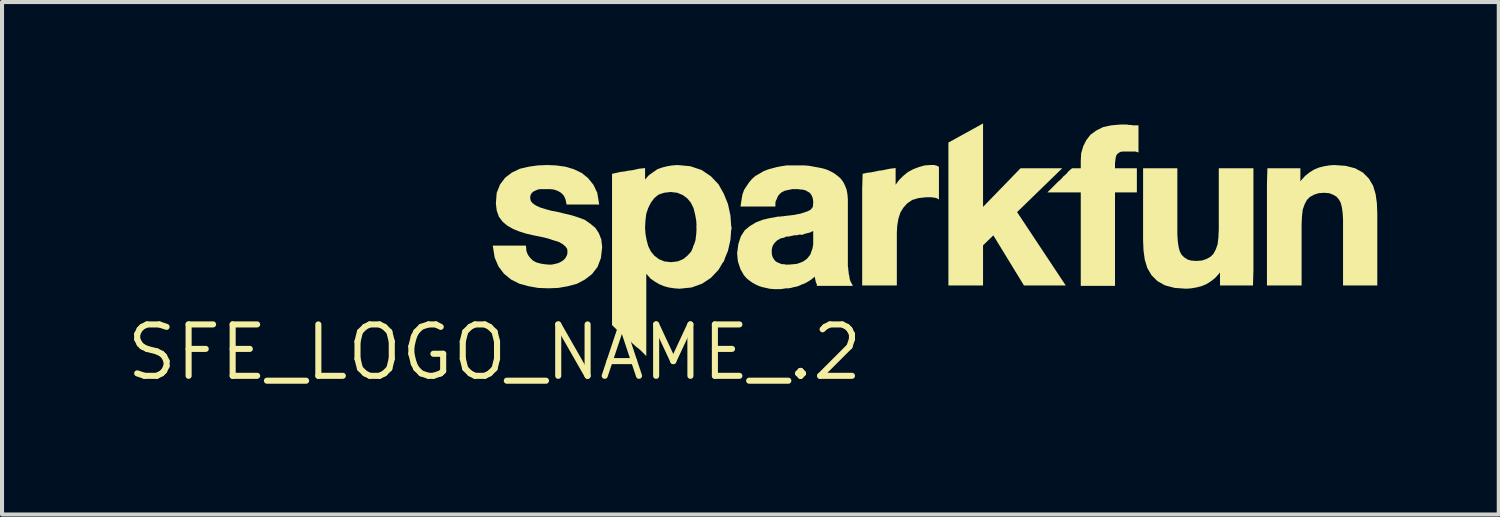
<source format=kicad_pcb>
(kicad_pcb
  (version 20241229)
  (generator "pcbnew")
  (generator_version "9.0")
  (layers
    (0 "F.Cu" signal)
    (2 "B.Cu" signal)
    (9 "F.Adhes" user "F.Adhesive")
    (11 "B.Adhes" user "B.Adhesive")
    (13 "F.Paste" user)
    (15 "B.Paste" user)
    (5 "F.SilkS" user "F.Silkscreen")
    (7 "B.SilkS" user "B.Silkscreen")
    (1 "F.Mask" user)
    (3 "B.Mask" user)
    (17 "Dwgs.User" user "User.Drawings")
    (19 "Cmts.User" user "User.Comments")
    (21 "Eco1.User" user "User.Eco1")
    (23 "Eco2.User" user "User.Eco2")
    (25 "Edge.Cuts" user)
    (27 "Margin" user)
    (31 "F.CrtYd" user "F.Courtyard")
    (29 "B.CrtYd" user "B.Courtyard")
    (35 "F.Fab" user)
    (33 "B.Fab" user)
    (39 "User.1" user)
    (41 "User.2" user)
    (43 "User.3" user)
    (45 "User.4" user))
  (footprint "SFE_LOGO_NAME_.2"
    (layer "F.Cu")
    (at 9.169 5.655)
    (property "Reference" "SFE_LOGO_NAME_.2" (at 0 0 0) (layer "F.SilkS") (effects (font (size 1.27 1.27) (thickness 0.15))))
    (fp_poly (pts (xy 5.851 -3.107) (xy 5.828 -2.784) (xy 5.766 -2.508) (xy 5.65 -2.228) (xy 4.903 -2.59) (xy 4.963 -2.768) (xy 4.982 -2.923) (xy 4.994 -3.129)) (stroke (width 0) (type default)) (fill yes) (layer "F.SilkS"))
    (fp_poly (pts (xy 12.068 -3.594) (xy 12.994 -4.548) (xy 14.024 -4.548) (xy 12.909 -3.465) (xy 14.111 -1.652) (xy 13.079 -1.652) (xy 12.322 -2.89) (xy 12.068 -2.644) (xy 12.068 -1.652) (xy 11.212 -1.652) (xy 11.212 -5.183) (xy 12.068 -5.655)) (stroke (width 0) (type default)) (fill yes) (layer "F.SilkS"))
    (fp_poly (pts (xy 7.638 -2.912) (xy 7.545 -2.912) (xy 7.508 -2.903) (xy 7.454 -2.892) (xy 7.405 -2.892) (xy 7.368 -2.883) (xy 7.318 -2.873) (xy 7.275 -2.862) (xy 7.225 -2.862) (xy 7.188 -2.853) (xy 7.104 -2.836) (xy 6.939 -3.343) (xy 7.166 -3.368) (xy 7.335 -3.388) (xy 7.519 -3.412)) (stroke (width 0) (type default)) (fill yes) (layer "F.SilkS"))
    (fp_poly (pts (xy 10.889 -4.618) (xy 10.909 -4.618) (xy 10.937 -4.604) (xy 10.978 -4.584) (xy 10.978 -3.778) (xy 10.907 -3.814) (xy 10.875 -3.822) (xy 10.845 -3.822) (xy 10.805 -3.832) (xy 10.672 -3.832) (xy 10.477 -3.812) (xy 10.317 -3.765) (xy 10.195 -3.681) (xy 10.101 -3.577) (xy 10.025 -3.454) (xy 9.977 -3.301) (xy 9.948 -3.136) (xy 9.938 -2.959) (xy 9.938 -1.652) (xy 9.082 -1.652) (xy 9.082 -4.041) (xy 9.093 -4.411) (xy 9.214 -4.438) (xy 9.304 -4.448) (xy 9.402 -4.467) (xy 9.494 -4.488) (xy 9.584 -4.498) (xy 9.672 -4.517) (xy 9.774 -4.538) (xy 9.908 -4.553) (xy 9.908 -4.141) (xy 9.991 -4.255) (xy 10.094 -4.358) (xy 10.209 -4.452) (xy 10.344 -4.525) (xy 10.478 -4.576) (xy 10.623 -4.618) (xy 10.769 -4.628) (xy 10.869 -4.628)) (stroke (width 0) (type default)) (fill yes) (layer "F.SilkS"))
    (fp_poly (pts (xy 15.674 -5.618) (xy 15.724 -5.618) (xy 15.774 -5.608) (xy 15.908 -5.608) (xy 15.908 -4.937) (xy 15.834 -4.962) (xy 15.523 -4.962) (xy 15.463 -4.953) (xy 15.421 -4.928) (xy 15.387 -4.903) (xy 15.364 -4.872) (xy 15.347 -4.821) (xy 15.338 -4.755) (xy 15.328 -4.678) (xy 15.328 -4.548) (xy 15.868 -4.548) (xy 15.868 -3.952) (xy 15.328 -3.952) (xy 15.328 -1.642) (xy 14.482 -1.642) (xy 14.482 -3.952) (xy 13.658 -3.952) (xy 13.853 -4.147) (xy 13.924 -4.218) (xy 13.993 -4.277) (xy 14.053 -4.347) (xy 14.123 -4.407) (xy 14.183 -4.477) (xy 14.266 -4.548) (xy 14.482 -4.548) (xy 14.482 -4.731) (xy 14.492 -4.917) (xy 14.544 -5.094) (xy 14.618 -5.24) (xy 14.723 -5.378) (xy 14.87 -5.483) (xy 15.037 -5.566) (xy 15.234 -5.608) (xy 15.458 -5.628) (xy 15.624 -5.628)) (stroke (width 0) (type default)) (fill yes) (layer "F.SilkS"))
    (fp_poly (pts (xy 16.868 -2.921) (xy 16.878 -2.754) (xy 16.897 -2.617) (xy 16.926 -2.503) (xy 16.971 -2.413) (xy 17.034 -2.35) (xy 17.116 -2.295) (xy 17.207 -2.268) (xy 17.33 -2.258) (xy 17.473 -2.268) (xy 17.585 -2.305) (xy 17.687 -2.361) (xy 17.759 -2.433) (xy 17.815 -2.536) (xy 17.863 -2.669) (xy 17.882 -2.833) (xy 17.892 -3.031) (xy 17.892 -4.548) (xy 18.748 -4.548) (xy 18.748 -2.039) (xy 18.737 -1.652) (xy 17.922 -1.652) (xy 17.922 -1.977) (xy 17.9 -1.946) (xy 17.806 -1.842) (xy 17.702 -1.759) (xy 17.588 -1.686) (xy 17.462 -1.634) (xy 17.338 -1.603) (xy 17.215 -1.582) (xy 17.09 -1.572) (xy 16.804 -1.592) (xy 16.566 -1.654) (xy 16.377 -1.759) (xy 16.23 -1.906) (xy 16.125 -2.085) (xy 16.063 -2.292) (xy 16.032 -2.517) (xy 16.022 -2.769) (xy 16.022 -4.548) (xy 16.868 -4.548)) (stroke (width 0) (type default)) (fill yes) (layer "F.SilkS"))
    (fp_poly (pts (xy 21.026 -4.608) (xy 21.264 -4.546) (xy 21.453 -4.441) (xy 21.6 -4.294) (xy 21.705 -4.115) (xy 21.767 -3.908) (xy 21.798 -3.683) (xy 21.808 -3.431) (xy 21.808 -1.652) (xy 20.962 -1.652) (xy 20.962 -3.279) (xy 20.952 -3.446) (xy 20.933 -3.583) (xy 20.904 -3.696) (xy 20.859 -3.778) (xy 20.796 -3.85) (xy 20.714 -3.896) (xy 20.621 -3.932) (xy 20.5 -3.942) (xy 20.357 -3.932) (xy 20.245 -3.895) (xy 20.143 -3.839) (xy 20.071 -3.767) (xy 20.015 -3.664) (xy 19.967 -3.531) (xy 19.948 -3.367) (xy 19.938 -3.169) (xy 19.938 -1.652) (xy 19.082 -1.652) (xy 19.082 -4.161) (xy 19.093 -4.548) (xy 19.908 -4.548) (xy 19.908 -4.223) (xy 19.93 -4.254) (xy 20.024 -4.358) (xy 20.128 -4.441) (xy 20.242 -4.514) (xy 20.368 -4.566) (xy 20.492 -4.597) (xy 20.615 -4.618) (xy 20.74 -4.628)) (stroke (width 0) (type default)) (fill yes) (layer "F.SilkS"))
    (fp_poly (pts (xy 4.838 -4.598) (xy 5.117 -4.504) (xy 5.345 -4.349) (xy 5.531 -4.153) (xy 5.664 -3.917) (xy 5.767 -3.661) (xy 5.828 -3.375) (xy 5.851 -3.031) (xy 4.994 -3.053) (xy 4.982 -3.255) (xy 4.953 -3.412) (xy 4.914 -3.567) (xy 4.848 -3.699) (xy 4.763 -3.802) (xy 4.651 -3.886) (xy 4.511 -3.943) (xy 4.35 -3.962) (xy 4.188 -3.943) (xy 4.049 -3.896) (xy 3.948 -3.813) (xy 3.863 -3.7) (xy 3.795 -3.565) (xy 3.747 -3.422) (xy 3.728 -3.257) (xy 3.718 -3.09) (xy 3.728 -2.925) (xy 3.757 -2.768) (xy 3.796 -2.624) (xy 3.862 -2.491) (xy 3.947 -2.388) (xy 4.059 -2.303) (xy 4.19 -2.247) (xy 4.36 -2.228) (xy 4.521 -2.247) (xy 4.66 -2.303) (xy 4.764 -2.388) (xy 4.858 -2.491) (xy 4.931 -2.662) (xy 5.684 -2.296) (xy 5.531 -2.037) (xy 5.345 -1.841) (xy 5.127 -1.696) (xy 4.869 -1.603) (xy 4.571 -1.572) (xy 4.436 -1.582) (xy 4.302 -1.603) (xy 4.188 -1.634) (xy 4.063 -1.686) (xy 3.959 -1.748) (xy 3.854 -1.821) (xy 3.771 -1.915) (xy 3.748 -1.944) (xy 3.748 0.092) (xy 3.595 -0.062) (xy 3.495 -0.141) (xy 3.394 -0.232) (xy 3.305 -0.322) (xy 3.205 -0.401) (xy 3.105 -0.491) (xy 3.005 -0.572) (xy 2.902 -0.674) (xy 2.902 -4.411) (xy 3.022 -4.437) (xy 3.114 -4.458) (xy 3.204 -4.468) (xy 3.304 -4.488) (xy 3.394 -4.498) (xy 3.482 -4.517) (xy 3.574 -4.538) (xy 3.718 -4.552) (xy 3.718 -4.267) (xy 3.73 -4.284) (xy 3.814 -4.379) (xy 3.918 -4.451) (xy 4.022 -4.524) (xy 4.139 -4.566) (xy 4.262 -4.597) (xy 4.385 -4.618) (xy 4.52 -4.628)) (stroke (width 0) (type default)) (fill yes) (layer "F.SilkS"))
    (fp_poly (pts (xy 1.523 -4.618) (xy 1.748 -4.587) (xy 1.954 -4.526) (xy 2.15 -4.433) (xy 2.307 -4.307) (xy 2.442 -4.14) (xy 2.537 -3.942) (xy 2.585 -3.652) (xy 1.779 -3.652) (xy 1.753 -3.778) (xy 1.717 -3.86) (xy 1.673 -3.913) (xy 1.619 -3.958) (xy 1.545 -3.995) (xy 1.462 -4.023) (xy 1.378 -4.032) (xy 1.133 -4.032) (xy 1.07 -4.023) (xy 1.006 -3.995) (xy 0.953 -3.969) (xy 0.911 -3.927) (xy 0.887 -3.879) (xy 0.879 -3.812) (xy 0.895 -3.738) (xy 0.946 -3.679) (xy 1.029 -3.623) (xy 1.134 -3.576) (xy 1.261 -3.537) (xy 1.408 -3.497) (xy 1.568 -3.467) (xy 1.729 -3.427) (xy 1.9 -3.387) (xy 2.062 -3.336) (xy 2.228 -3.274) (xy 2.363 -3.18) (xy 2.489 -3.076) (xy 2.574 -2.948) (xy 2.637 -2.789) (xy 2.658 -2.6) (xy 2.627 -2.331) (xy 2.544 -2.111) (xy 2.407 -1.933) (xy 2.231 -1.798) (xy 2.034 -1.694) (xy 1.808 -1.633) (xy 1.574 -1.592) (xy 1.33 -1.582) (xy 1.076 -1.592) (xy 0.842 -1.633) (xy 0.616 -1.694) (xy 0.409 -1.798) (xy 0.232 -1.943) (xy 0.097 -2.121) (xy 0.003 -2.339) (xy -0.045 -2.638) (xy 0.775 -2.638) (xy 0.787 -2.499) (xy 0.824 -2.409) (xy 0.879 -2.335) (xy 0.943 -2.271) (xy 1.025 -2.225) (xy 1.119 -2.197) (xy 1.225 -2.178) (xy 1.332 -2.168) (xy 1.416 -2.168) (xy 1.501 -2.187) (xy 1.577 -2.206) (xy 1.65 -2.243) (xy 1.714 -2.288) (xy 1.758 -2.341) (xy 1.793 -2.411) (xy 1.802 -2.49) (xy 1.793 -2.556) (xy 1.752 -2.614) (xy 1.688 -2.669) (xy 1.594 -2.725) (xy 1.468 -2.764) (xy 1.32 -2.813) (xy 1.152 -2.853) (xy 0.952 -2.893) (xy 0.78 -2.933) (xy 0.617 -2.984) (xy 0.463 -3.046) (xy 0.318 -3.128) (xy 0.202 -3.223) (xy 0.106 -3.352) (xy 0.053 -3.501) (xy 0.032 -3.679) (xy 0.052 -3.939) (xy 0.136 -4.149) (xy 0.263 -4.317) (xy 0.43 -4.443) (xy 0.627 -4.536) (xy 0.843 -4.587) (xy 1.067 -4.618) (xy 1.3 -4.628)) (stroke (width 0) (type default)) (fill yes) (layer "F.SilkS"))
    (fp_poly (pts (xy 7.775 -4.608) (xy 7.887 -4.587) (xy 7.997 -4.567) (xy 8.099 -4.547) (xy 8.203 -4.516) (xy 8.297 -4.474) (xy 8.391 -4.422) (xy 8.474 -4.36) (xy 8.548 -4.296) (xy 8.613 -4.21) (xy 8.655 -4.126) (xy 8.697 -4.021) (xy 8.718 -3.905) (xy 8.728 -3.782) (xy 8.728 -2.124) (xy 8.738 -2.074) (xy 8.738 -2.034) (xy 8.748 -1.984) (xy 8.748 -1.945) (xy 8.757 -1.909) (xy 8.768 -1.865) (xy 8.768 -1.835) (xy 8.777 -1.801) (xy 8.786 -1.772) (xy 8.795 -1.747) (xy 8.813 -1.719) (xy 8.852 -1.642) (xy 7.962 -1.642) (xy 7.962 -1.684) (xy 7.959 -1.687) (xy 7.942 -1.721) (xy 7.942 -1.734) (xy 7.932 -1.744) (xy 7.932 -1.771) (xy 7.922 -1.791) (xy 7.922 -1.821) (xy 7.912 -1.841) (xy 7.912 -1.871) (xy 7.874 -1.84) (xy 7.823 -1.799) (xy 7.76 -1.758) (xy 7.708 -1.727) (xy 7.645 -1.695) (xy 7.585 -1.675) (xy 7.525 -1.645) (xy 7.459 -1.623) (xy 7.398 -1.613) (xy 7.328 -1.593) (xy 7.263 -1.582) (xy 7.193 -1.582) (xy 7.136 -1.572) (xy 7.063 -1.562) (xy 6.898 -1.562) (xy 6.794 -1.572) (xy 6.702 -1.593) (xy 6.61 -1.613) (xy 6.515 -1.645) (xy 6.432 -1.686) (xy 6.359 -1.728) (xy 6.287 -1.78) (xy 6.223 -1.833) (xy 6.159 -1.908) (xy 6.075 -2.054) (xy 6.044 -2.148) (xy 6.013 -2.242) (xy 6.002 -2.336) (xy 5.992 -2.451) (xy 6.023 -2.679) (xy 6.085 -2.867) (xy 6.181 -3.016) (xy 6.308 -3.121) (xy 6.463 -3.214) (xy 6.629 -3.277) (xy 6.802 -3.317) (xy 7.016 -3.353) (xy 7.179 -2.843) (xy 7.099 -2.823) (xy 7.066 -2.815) (xy 7.039 -2.797) (xy 6.999 -2.777) (xy 6.974 -2.76) (xy 6.92 -2.706) (xy 6.883 -2.651) (xy 6.866 -2.617) (xy 6.857 -2.582) (xy 6.848 -2.536) (xy 6.848 -2.444) (xy 6.857 -2.398) (xy 6.866 -2.363) (xy 6.883 -2.329) (xy 6.92 -2.274) (xy 6.944 -2.25) (xy 6.969 -2.233) (xy 7.005 -2.215) (xy 7.035 -2.205) (xy 7.073 -2.186) (xy 7.105 -2.178) (xy 7.155 -2.178) (xy 7.195 -2.168) (xy 7.278 -2.168) (xy 7.386 -2.178) (xy 7.472 -2.187) (xy 7.556 -2.216) (xy 7.622 -2.244) (xy 7.677 -2.281) (xy 7.723 -2.317) (xy 7.76 -2.364) (xy 7.797 -2.409) (xy 7.814 -2.453) (xy 7.834 -2.513) (xy 7.853 -2.56) (xy 7.863 -2.617) (xy 7.872 -2.664) (xy 7.872 -2.994) (xy 7.836 -2.985) (xy 7.806 -2.965) (xy 7.759 -2.953) (xy 7.562 -2.904) (xy 7.444 -3.397) (xy 7.619 -3.446) (xy 7.735 -3.485) (xy 7.814 -3.529) (xy 7.863 -3.594) (xy 7.872 -3.692) (xy 7.872 -3.737) (xy 7.863 -3.792) (xy 7.854 -3.828) (xy 7.836 -3.872) (xy 7.818 -3.899) (xy 7.8 -3.926) (xy 7.777 -3.949) (xy 7.741 -3.967) (xy 7.711 -3.987) (xy 7.677 -4.004) (xy 7.642 -4.013) (xy 7.596 -4.022) (xy 7.556 -4.022) (xy 7.506 -4.032) (xy 7.354 -4.032) (xy 7.258 -4.013) (xy 7.218 -4.003) (xy 7.172 -3.994) (xy 7.099 -3.957) (xy 7.074 -3.94) (xy 7.02 -3.886) (xy 7.003 -3.861) (xy 6.985 -3.824) (xy 6.965 -3.774) (xy 6.946 -3.738) (xy 6.938 -3.696) (xy 6.938 -3.602) (xy 6.076 -3.602) (xy 6.102 -3.776) (xy 6.123 -3.9) (xy 6.166 -4.017) (xy 6.228 -4.111) (xy 6.29 -4.203) (xy 6.363 -4.287) (xy 6.448 -4.361) (xy 6.541 -4.413) (xy 6.643 -4.474) (xy 6.748 -4.516) (xy 6.86 -4.547) (xy 6.972 -4.577) (xy 7.083 -4.598) (xy 7.207 -4.618) (xy 7.662 -4.618)) (stroke (width 0) (type default)) (fill yes) (layer "F.SilkS")))
  (gr_rect
    (start -3 -3)
    (end 33.978 9.661)
    (stroke (width 0.1) (type default))
    (fill no)
    (layer "Edge.Cuts")))
</source>
